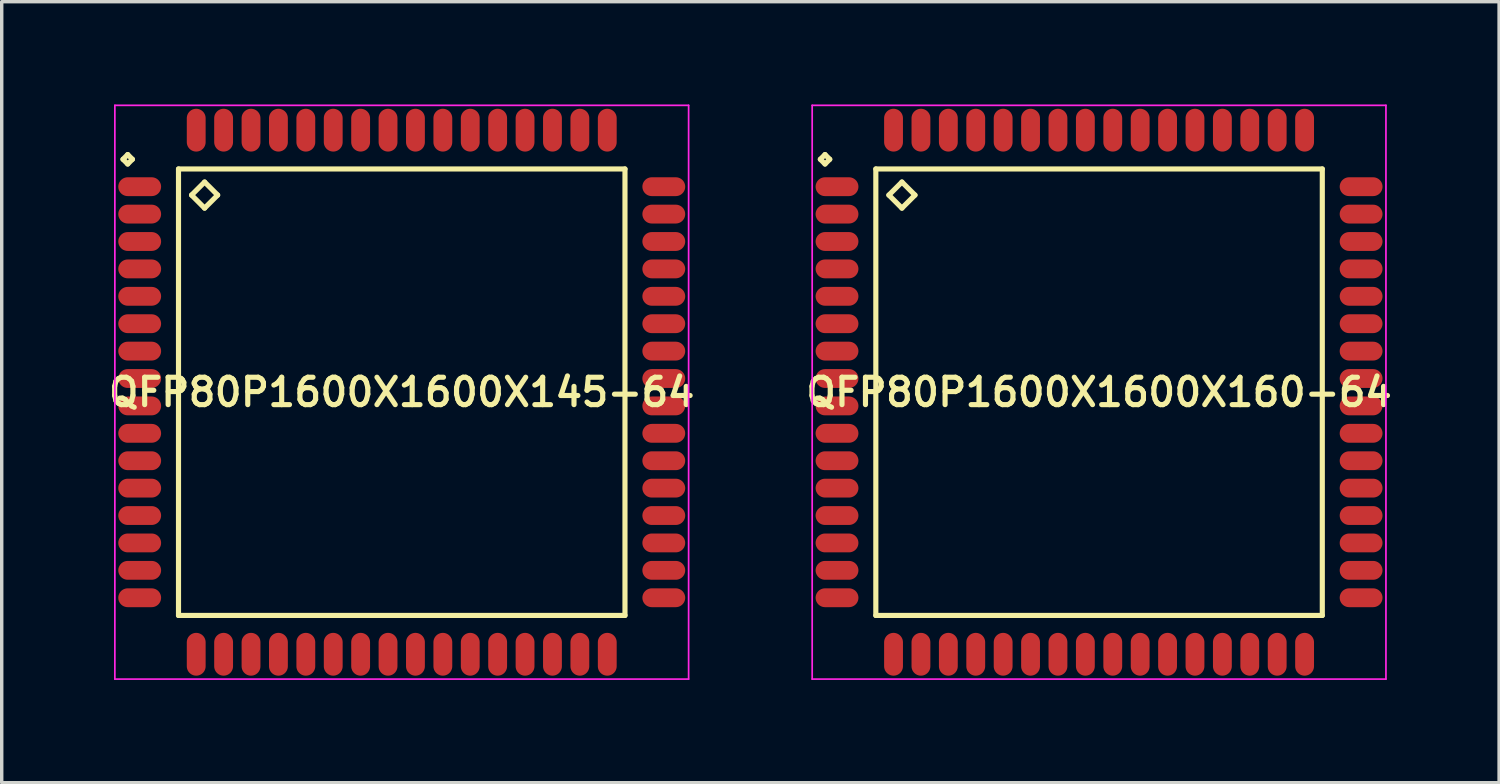
<source format=kicad_pcb>
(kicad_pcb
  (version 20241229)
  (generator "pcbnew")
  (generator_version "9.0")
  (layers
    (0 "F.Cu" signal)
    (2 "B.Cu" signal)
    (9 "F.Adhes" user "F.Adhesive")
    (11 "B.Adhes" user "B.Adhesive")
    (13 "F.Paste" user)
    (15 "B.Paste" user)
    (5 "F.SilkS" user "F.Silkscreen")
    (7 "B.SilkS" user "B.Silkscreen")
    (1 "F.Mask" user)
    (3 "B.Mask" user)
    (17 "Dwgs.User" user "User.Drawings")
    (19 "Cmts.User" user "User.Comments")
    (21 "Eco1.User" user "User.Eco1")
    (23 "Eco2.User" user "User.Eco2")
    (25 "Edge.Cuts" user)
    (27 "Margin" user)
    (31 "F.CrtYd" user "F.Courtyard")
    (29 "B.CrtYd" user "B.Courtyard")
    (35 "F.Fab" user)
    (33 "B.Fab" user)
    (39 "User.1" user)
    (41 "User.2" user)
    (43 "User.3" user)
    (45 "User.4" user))
  (footprint "QFP80P1600X1600X160-64"
    (layer "F.Cu")
    (at 29.035 8.4)
    (property "Reference" "QFP80P1600X1600X160-64" (at 0 0 0) (layer "F.SilkS") (effects (font (size 0.8 0.8) (thickness 0.15))))
    (attr smd)
    (fp_line (start -8.137 -6.8) (end -8 -6.938) (stroke (width 0.15) (type solid)) (layer "F.SilkS"))
    (fp_line (start -8 -6.938) (end -7.862 -6.8) (stroke (width 0.15) (type solid)) (layer "F.SilkS"))
    (fp_line (start -8 -6.662) (end -8.137 -6.8) (stroke (width 0.15) (type solid)) (layer "F.SilkS"))
    (fp_line (start -7.862 -6.8) (end -8 -6.662) (stroke (width 0.15) (type solid)) (layer "F.SilkS"))
    (fp_line (start -6.517 -6.517) (end -6.517 6.517) (stroke (width 0.15) (type solid)) (layer "F.SilkS"))
    (fp_line (start -6.517 6.517) (end 6.517 6.517) (stroke (width 0.15) (type solid)) (layer "F.SilkS"))
    (fp_line (start -6.136 -5.755) (end -5.755 -6.136) (stroke (width 0.15) (type solid)) (layer "F.SilkS"))
    (fp_line (start -5.755 -6.136) (end -5.374 -5.755) (stroke (width 0.15) (type solid)) (layer "F.SilkS"))
    (fp_line (start -5.755 -5.374) (end -6.136 -5.755) (stroke (width 0.15) (type solid)) (layer "F.SilkS"))
    (fp_line (start -5.374 -5.755) (end -5.755 -5.374) (stroke (width 0.15) (type solid)) (layer "F.SilkS"))
    (fp_line (start 6.517 -6.517) (end -6.517 -6.517) (stroke (width 0.15) (type solid)) (layer "F.SilkS"))
    (fp_line (start 6.517 6.517) (end 6.517 -6.517) (stroke (width 0.15) (type solid)) (layer "F.SilkS"))
    (fp_line (start -8.375 -8.375) (end 8.375 -8.375) (stroke (width 0.05) (type solid)) (layer "F.CrtYd"))
    (fp_line (start -8.375 8.375) (end -8.375 -8.375) (stroke (width 0.05) (type solid)) (layer "F.CrtYd"))
    (fp_line (start 8.375 -8.375) (end 8.375 8.375) (stroke (width 0.05) (type solid)) (layer "F.CrtYd"))
    (fp_line (start 8.375 8.375) (end -8.375 8.375) (stroke (width 0.05) (type solid)) (layer "F.CrtYd"))
    (pad "1" smd oval (at -7.65 -6) (size 1.25 0.55) (layers "F.Cu" "F.Mask" "F.Paste"))
    (pad "2" smd oval (at -7.65 -5.2) (size 1.25 0.55) (layers "F.Cu" "F.Mask" "F.Paste"))
    (pad "3" smd oval (at -7.65 -4.4) (size 1.25 0.55) (layers "F.Cu" "F.Mask" "F.Paste"))
    (pad "4" smd oval (at -7.65 -3.6) (size 1.25 0.55) (layers "F.Cu" "F.Mask" "F.Paste"))
    (pad "5" smd oval (at -7.65 -2.8) (size 1.25 0.55) (layers "F.Cu" "F.Mask" "F.Paste"))
    (pad "6" smd oval (at -7.65 -2) (size 1.25 0.55) (layers "F.Cu" "F.Mask" "F.Paste"))
    (pad "7" smd oval (at -7.65 -1.2) (size 1.25 0.55) (layers "F.Cu" "F.Mask" "F.Paste"))
    (pad "8" smd oval (at -7.65 -0.4) (size 1.25 0.55) (layers "F.Cu" "F.Mask" "F.Paste"))
    (pad "9" smd oval (at -7.65 0.4) (size 1.25 0.55) (layers "F.Cu" "F.Mask" "F.Paste"))
    (pad "10" smd oval (at -7.65 1.2) (size 1.25 0.55) (layers "F.Cu" "F.Mask" "F.Paste"))
    (pad "11" smd oval (at -7.65 2) (size 1.25 0.55) (layers "F.Cu" "F.Mask" "F.Paste"))
    (pad "12" smd oval (at -7.65 2.8) (size 1.25 0.55) (layers "F.Cu" "F.Mask" "F.Paste"))
    (pad "13" smd oval (at -7.65 3.6) (size 1.25 0.55) (layers "F.Cu" "F.Mask" "F.Paste"))
    (pad "14" smd oval (at -7.65 4.4) (size 1.25 0.55) (layers "F.Cu" "F.Mask" "F.Paste"))
    (pad "15" smd oval (at -7.65 5.2) (size 1.25 0.55) (layers "F.Cu" "F.Mask" "F.Paste"))
    (pad "16" smd oval (at -7.65 6) (size 1.25 0.55) (layers "F.Cu" "F.Mask" "F.Paste"))
    (pad "17" smd oval (at -6 7.65) (size 0.55 1.25) (layers "F.Cu" "F.Mask" "F.Paste"))
    (pad "18" smd oval (at -5.2 7.65) (size 0.55 1.25) (layers "F.Cu" "F.Mask" "F.Paste"))
    (pad "19" smd oval (at -4.4 7.65) (size 0.55 1.25) (layers "F.Cu" "F.Mask" "F.Paste"))
    (pad "20" smd oval (at -3.6 7.65) (size 0.55 1.25) (layers "F.Cu" "F.Mask" "F.Paste"))
    (pad "21" smd oval (at -2.8 7.65) (size 0.55 1.25) (layers "F.Cu" "F.Mask" "F.Paste"))
    (pad "22" smd oval (at -2 7.65) (size 0.55 1.25) (layers "F.Cu" "F.Mask" "F.Paste"))
    (pad "23" smd oval (at -1.2 7.65) (size 0.55 1.25) (layers "F.Cu" "F.Mask" "F.Paste"))
    (pad "24" smd oval (at -0.4 7.65) (size 0.55 1.25) (layers "F.Cu" "F.Mask" "F.Paste"))
    (pad "25" smd oval (at 0.4 7.65) (size 0.55 1.25) (layers "F.Cu" "F.Mask" "F.Paste"))
    (pad "26" smd oval (at 1.2 7.65) (size 0.55 1.25) (layers "F.Cu" "F.Mask" "F.Paste"))
    (pad "27" smd oval (at 2 7.65) (size 0.55 1.25) (layers "F.Cu" "F.Mask" "F.Paste"))
    (pad "28" smd oval (at 2.8 7.65) (size 0.55 1.25) (layers "F.Cu" "F.Mask" "F.Paste"))
    (pad "29" smd oval (at 3.6 7.65) (size 0.55 1.25) (layers "F.Cu" "F.Mask" "F.Paste"))
    (pad "30" smd oval (at 4.4 7.65) (size 0.55 1.25) (layers "F.Cu" "F.Mask" "F.Paste"))
    (pad "31" smd oval (at 5.2 7.65) (size 0.55 1.25) (layers "F.Cu" "F.Mask" "F.Paste"))
    (pad "32" smd oval (at 6 7.65) (size 0.55 1.25) (layers "F.Cu" "F.Mask" "F.Paste"))
    (pad "33" smd oval (at 7.65 6) (size 1.25 0.55) (layers "F.Cu" "F.Mask" "F.Paste"))
    (pad "34" smd oval (at 7.65 5.2) (size 1.25 0.55) (layers "F.Cu" "F.Mask" "F.Paste"))
    (pad "35" smd oval (at 7.65 4.4) (size 1.25 0.55) (layers "F.Cu" "F.Mask" "F.Paste"))
    (pad "36" smd oval (at 7.65 3.6) (size 1.25 0.55) (layers "F.Cu" "F.Mask" "F.Paste"))
    (pad "37" smd oval (at 7.65 2.8) (size 1.25 0.55) (layers "F.Cu" "F.Mask" "F.Paste"))
    (pad "38" smd oval (at 7.65 2) (size 1.25 0.55) (layers "F.Cu" "F.Mask" "F.Paste"))
    (pad "39" smd oval (at 7.65 1.2) (size 1.25 0.55) (layers "F.Cu" "F.Mask" "F.Paste"))
    (pad "40" smd oval (at 7.65 0.4) (size 1.25 0.55) (layers "F.Cu" "F.Mask" "F.Paste"))
    (pad "41" smd oval (at 7.65 -0.4) (size 1.25 0.55) (layers "F.Cu" "F.Mask" "F.Paste"))
    (pad "42" smd oval (at 7.65 -1.2) (size 1.25 0.55) (layers "F.Cu" "F.Mask" "F.Paste"))
    (pad "43" smd oval (at 7.65 -2) (size 1.25 0.55) (layers "F.Cu" "F.Mask" "F.Paste"))
    (pad "44" smd oval (at 7.65 -2.8) (size 1.25 0.55) (layers "F.Cu" "F.Mask" "F.Paste"))
    (pad "45" smd oval (at 7.65 -3.6) (size 1.25 0.55) (layers "F.Cu" "F.Mask" "F.Paste"))
    (pad "46" smd oval (at 7.65 -4.4) (size 1.25 0.55) (layers "F.Cu" "F.Mask" "F.Paste"))
    (pad "47" smd oval (at 7.65 -5.2) (size 1.25 0.55) (layers "F.Cu" "F.Mask" "F.Paste"))
    (pad "48" smd oval (at 7.65 -6) (size 1.25 0.55) (layers "F.Cu" "F.Mask" "F.Paste"))
    (pad "49" smd oval (at 6 -7.65) (size 0.55 1.25) (layers "F.Cu" "F.Mask" "F.Paste"))
    (pad "50" smd oval (at 5.2 -7.65) (size 0.55 1.25) (layers "F.Cu" "F.Mask" "F.Paste"))
    (pad "51" smd oval (at 4.4 -7.65) (size 0.55 1.25) (layers "F.Cu" "F.Mask" "F.Paste"))
    (pad "52" smd oval (at 3.6 -7.65) (size 0.55 1.25) (layers "F.Cu" "F.Mask" "F.Paste"))
    (pad "53" smd oval (at 2.8 -7.65) (size 0.55 1.25) (layers "F.Cu" "F.Mask" "F.Paste"))
    (pad "54" smd oval (at 2 -7.65) (size 0.55 1.25) (layers "F.Cu" "F.Mask" "F.Paste"))
    (pad "55" smd oval (at 1.2 -7.65) (size 0.55 1.25) (layers "F.Cu" "F.Mask" "F.Paste"))
    (pad "56" smd oval (at 0.4 -7.65) (size 0.55 1.25) (layers "F.Cu" "F.Mask" "F.Paste"))
    (pad "57" smd oval (at -0.4 -7.65) (size 0.55 1.25) (layers "F.Cu" "F.Mask" "F.Paste"))
    (pad "58" smd oval (at -1.2 -7.65) (size 0.55 1.25) (layers "F.Cu" "F.Mask" "F.Paste"))
    (pad "59" smd oval (at -2 -7.65) (size 0.55 1.25) (layers "F.Cu" "F.Mask" "F.Paste"))
    (pad "60" smd oval (at -2.8 -7.65) (size 0.55 1.25) (layers "F.Cu" "F.Mask" "F.Paste"))
    (pad "61" smd oval (at -3.6 -7.65) (size 0.55 1.25) (layers "F.Cu" "F.Mask" "F.Paste"))
    (pad "62" smd oval (at -4.4 -7.65) (size 0.55 1.25) (layers "F.Cu" "F.Mask" "F.Paste"))
    (pad "63" smd oval (at -5.2 -7.65) (size 0.55 1.25) (layers "F.Cu" "F.Mask" "F.Paste"))
    (pad "64" smd oval (at -6 -7.65) (size 0.55 1.25) (layers "F.Cu" "F.Mask" "F.Paste")))
  (footprint "QFP80P1600X1600X145-64"
    (layer "F.Cu")
    (at 8.678 8.4)
    (property "Reference" "QFP80P1600X1600X145-64" (at 0 0 0) (layer "F.SilkS") (effects (font (size 0.8 0.8) (thickness 0.15))))
    (attr smd)
    (fp_line (start -8.137 -6.8) (end -8 -6.938) (stroke (width 0.15) (type solid)) (layer "F.SilkS"))
    (fp_line (start -8 -6.938) (end -7.862 -6.8) (stroke (width 0.15) (type solid)) (layer "F.SilkS"))
    (fp_line (start -8 -6.662) (end -8.137 -6.8) (stroke (width 0.15) (type solid)) (layer "F.SilkS"))
    (fp_line (start -7.862 -6.8) (end -8 -6.662) (stroke (width 0.15) (type solid)) (layer "F.SilkS"))
    (fp_line (start -6.517 -6.517) (end -6.517 6.517) (stroke (width 0.15) (type solid)) (layer "F.SilkS"))
    (fp_line (start -6.517 6.517) (end 6.517 6.517) (stroke (width 0.15) (type solid)) (layer "F.SilkS"))
    (fp_line (start -6.136 -5.755) (end -5.755 -6.136) (stroke (width 0.15) (type solid)) (layer "F.SilkS"))
    (fp_line (start -5.755 -6.136) (end -5.374 -5.755) (stroke (width 0.15) (type solid)) (layer "F.SilkS"))
    (fp_line (start -5.755 -5.374) (end -6.136 -5.755) (stroke (width 0.15) (type solid)) (layer "F.SilkS"))
    (fp_line (start -5.374 -5.755) (end -5.755 -5.374) (stroke (width 0.15) (type solid)) (layer "F.SilkS"))
    (fp_line (start 6.517 -6.517) (end -6.517 -6.517) (stroke (width 0.15) (type solid)) (layer "F.SilkS"))
    (fp_line (start 6.517 6.517) (end 6.517 -6.517) (stroke (width 0.15) (type solid)) (layer "F.SilkS"))
    (fp_line (start -8.375 -8.375) (end 8.375 -8.375) (stroke (width 0.05) (type solid)) (layer "F.CrtYd"))
    (fp_line (start -8.375 8.375) (end -8.375 -8.375) (stroke (width 0.05) (type solid)) (layer "F.CrtYd"))
    (fp_line (start 8.375 -8.375) (end 8.375 8.375) (stroke (width 0.05) (type solid)) (layer "F.CrtYd"))
    (fp_line (start 8.375 8.375) (end -8.375 8.375) (stroke (width 0.05) (type solid)) (layer "F.CrtYd"))
    (pad "1" smd oval (at -7.65 -6) (size 1.25 0.55) (layers "F.Cu" "F.Mask" "F.Paste"))
    (pad "2" smd oval (at -7.65 -5.2) (size 1.25 0.55) (layers "F.Cu" "F.Mask" "F.Paste"))
    (pad "3" smd oval (at -7.65 -4.4) (size 1.25 0.55) (layers "F.Cu" "F.Mask" "F.Paste"))
    (pad "4" smd oval (at -7.65 -3.6) (size 1.25 0.55) (layers "F.Cu" "F.Mask" "F.Paste"))
    (pad "5" smd oval (at -7.65 -2.8) (size 1.25 0.55) (layers "F.Cu" "F.Mask" "F.Paste"))
    (pad "6" smd oval (at -7.65 -2) (size 1.25 0.55) (layers "F.Cu" "F.Mask" "F.Paste"))
    (pad "7" smd oval (at -7.65 -1.2) (size 1.25 0.55) (layers "F.Cu" "F.Mask" "F.Paste"))
    (pad "8" smd oval (at -7.65 -0.4) (size 1.25 0.55) (layers "F.Cu" "F.Mask" "F.Paste"))
    (pad "9" smd oval (at -7.65 0.4) (size 1.25 0.55) (layers "F.Cu" "F.Mask" "F.Paste"))
    (pad "10" smd oval (at -7.65 1.2) (size 1.25 0.55) (layers "F.Cu" "F.Mask" "F.Paste"))
    (pad "11" smd oval (at -7.65 2) (size 1.25 0.55) (layers "F.Cu" "F.Mask" "F.Paste"))
    (pad "12" smd oval (at -7.65 2.8) (size 1.25 0.55) (layers "F.Cu" "F.Mask" "F.Paste"))
    (pad "13" smd oval (at -7.65 3.6) (size 1.25 0.55) (layers "F.Cu" "F.Mask" "F.Paste"))
    (pad "14" smd oval (at -7.65 4.4) (size 1.25 0.55) (layers "F.Cu" "F.Mask" "F.Paste"))
    (pad "15" smd oval (at -7.65 5.2) (size 1.25 0.55) (layers "F.Cu" "F.Mask" "F.Paste"))
    (pad "16" smd oval (at -7.65 6) (size 1.25 0.55) (layers "F.Cu" "F.Mask" "F.Paste"))
    (pad "17" smd oval (at -6 7.65) (size 0.55 1.25) (layers "F.Cu" "F.Mask" "F.Paste"))
    (pad "18" smd oval (at -5.2 7.65) (size 0.55 1.25) (layers "F.Cu" "F.Mask" "F.Paste"))
    (pad "19" smd oval (at -4.4 7.65) (size 0.55 1.25) (layers "F.Cu" "F.Mask" "F.Paste"))
    (pad "20" smd oval (at -3.6 7.65) (size 0.55 1.25) (layers "F.Cu" "F.Mask" "F.Paste"))
    (pad "21" smd oval (at -2.8 7.65) (size 0.55 1.25) (layers "F.Cu" "F.Mask" "F.Paste"))
    (pad "22" smd oval (at -2 7.65) (size 0.55 1.25) (layers "F.Cu" "F.Mask" "F.Paste"))
    (pad "23" smd oval (at -1.2 7.65) (size 0.55 1.25) (layers "F.Cu" "F.Mask" "F.Paste"))
    (pad "24" smd oval (at -0.4 7.65) (size 0.55 1.25) (layers "F.Cu" "F.Mask" "F.Paste"))
    (pad "25" smd oval (at 0.4 7.65) (size 0.55 1.25) (layers "F.Cu" "F.Mask" "F.Paste"))
    (pad "26" smd oval (at 1.2 7.65) (size 0.55 1.25) (layers "F.Cu" "F.Mask" "F.Paste"))
    (pad "27" smd oval (at 2 7.65) (size 0.55 1.25) (layers "F.Cu" "F.Mask" "F.Paste"))
    (pad "28" smd oval (at 2.8 7.65) (size 0.55 1.25) (layers "F.Cu" "F.Mask" "F.Paste"))
    (pad "29" smd oval (at 3.6 7.65) (size 0.55 1.25) (layers "F.Cu" "F.Mask" "F.Paste"))
    (pad "30" smd oval (at 4.4 7.65) (size 0.55 1.25) (layers "F.Cu" "F.Mask" "F.Paste"))
    (pad "31" smd oval (at 5.2 7.65) (size 0.55 1.25) (layers "F.Cu" "F.Mask" "F.Paste"))
    (pad "32" smd oval (at 6 7.65) (size 0.55 1.25) (layers "F.Cu" "F.Mask" "F.Paste"))
    (pad "33" smd oval (at 7.65 6) (size 1.25 0.55) (layers "F.Cu" "F.Mask" "F.Paste"))
    (pad "34" smd oval (at 7.65 5.2) (size 1.25 0.55) (layers "F.Cu" "F.Mask" "F.Paste"))
    (pad "35" smd oval (at 7.65 4.4) (size 1.25 0.55) (layers "F.Cu" "F.Mask" "F.Paste"))
    (pad "36" smd oval (at 7.65 3.6) (size 1.25 0.55) (layers "F.Cu" "F.Mask" "F.Paste"))
    (pad "37" smd oval (at 7.65 2.8) (size 1.25 0.55) (layers "F.Cu" "F.Mask" "F.Paste"))
    (pad "38" smd oval (at 7.65 2) (size 1.25 0.55) (layers "F.Cu" "F.Mask" "F.Paste"))
    (pad "39" smd oval (at 7.65 1.2) (size 1.25 0.55) (layers "F.Cu" "F.Mask" "F.Paste"))
    (pad "40" smd oval (at 7.65 0.4) (size 1.25 0.55) (layers "F.Cu" "F.Mask" "F.Paste"))
    (pad "41" smd oval (at 7.65 -0.4) (size 1.25 0.55) (layers "F.Cu" "F.Mask" "F.Paste"))
    (pad "42" smd oval (at 7.65 -1.2) (size 1.25 0.55) (layers "F.Cu" "F.Mask" "F.Paste"))
    (pad "43" smd oval (at 7.65 -2) (size 1.25 0.55) (layers "F.Cu" "F.Mask" "F.Paste"))
    (pad "44" smd oval (at 7.65 -2.8) (size 1.25 0.55) (layers "F.Cu" "F.Mask" "F.Paste"))
    (pad "45" smd oval (at 7.65 -3.6) (size 1.25 0.55) (layers "F.Cu" "F.Mask" "F.Paste"))
    (pad "46" smd oval (at 7.65 -4.4) (size 1.25 0.55) (layers "F.Cu" "F.Mask" "F.Paste"))
    (pad "47" smd oval (at 7.65 -5.2) (size 1.25 0.55) (layers "F.Cu" "F.Mask" "F.Paste"))
    (pad "48" smd oval (at 7.65 -6) (size 1.25 0.55) (layers "F.Cu" "F.Mask" "F.Paste"))
    (pad "49" smd oval (at 6 -7.65) (size 0.55 1.25) (layers "F.Cu" "F.Mask" "F.Paste"))
    (pad "50" smd oval (at 5.2 -7.65) (size 0.55 1.25) (layers "F.Cu" "F.Mask" "F.Paste"))
    (pad "51" smd oval (at 4.4 -7.65) (size 0.55 1.25) (layers "F.Cu" "F.Mask" "F.Paste"))
    (pad "52" smd oval (at 3.6 -7.65) (size 0.55 1.25) (layers "F.Cu" "F.Mask" "F.Paste"))
    (pad "53" smd oval (at 2.8 -7.65) (size 0.55 1.25) (layers "F.Cu" "F.Mask" "F.Paste"))
    (pad "54" smd oval (at 2 -7.65) (size 0.55 1.25) (layers "F.Cu" "F.Mask" "F.Paste"))
    (pad "55" smd oval (at 1.2 -7.65) (size 0.55 1.25) (layers "F.Cu" "F.Mask" "F.Paste"))
    (pad "56" smd oval (at 0.4 -7.65) (size 0.55 1.25) (layers "F.Cu" "F.Mask" "F.Paste"))
    (pad "57" smd oval (at -0.4 -7.65) (size 0.55 1.25) (layers "F.Cu" "F.Mask" "F.Paste"))
    (pad "58" smd oval (at -1.2 -7.65) (size 0.55 1.25) (layers "F.Cu" "F.Mask" "F.Paste"))
    (pad "59" smd oval (at -2 -7.65) (size 0.55 1.25) (layers "F.Cu" "F.Mask" "F.Paste"))
    (pad "60" smd oval (at -2.8 -7.65) (size 0.55 1.25) (layers "F.Cu" "F.Mask" "F.Paste"))
    (pad "61" smd oval (at -3.6 -7.65) (size 0.55 1.25) (layers "F.Cu" "F.Mask" "F.Paste"))
    (pad "62" smd oval (at -4.4 -7.65) (size 0.55 1.25) (layers "F.Cu" "F.Mask" "F.Paste"))
    (pad "63" smd oval (at -5.2 -7.65) (size 0.55 1.25) (layers "F.Cu" "F.Mask" "F.Paste"))
    (pad "64" smd oval (at -6 -7.65) (size 0.55 1.25) (layers "F.Cu" "F.Mask" "F.Paste")))
  (gr_rect
    (start -3 -3)
    (end 40.713 19.8)
    (stroke (width 0.1) (type default))
    (fill no)
    (layer "Edge.Cuts")))
</source>
